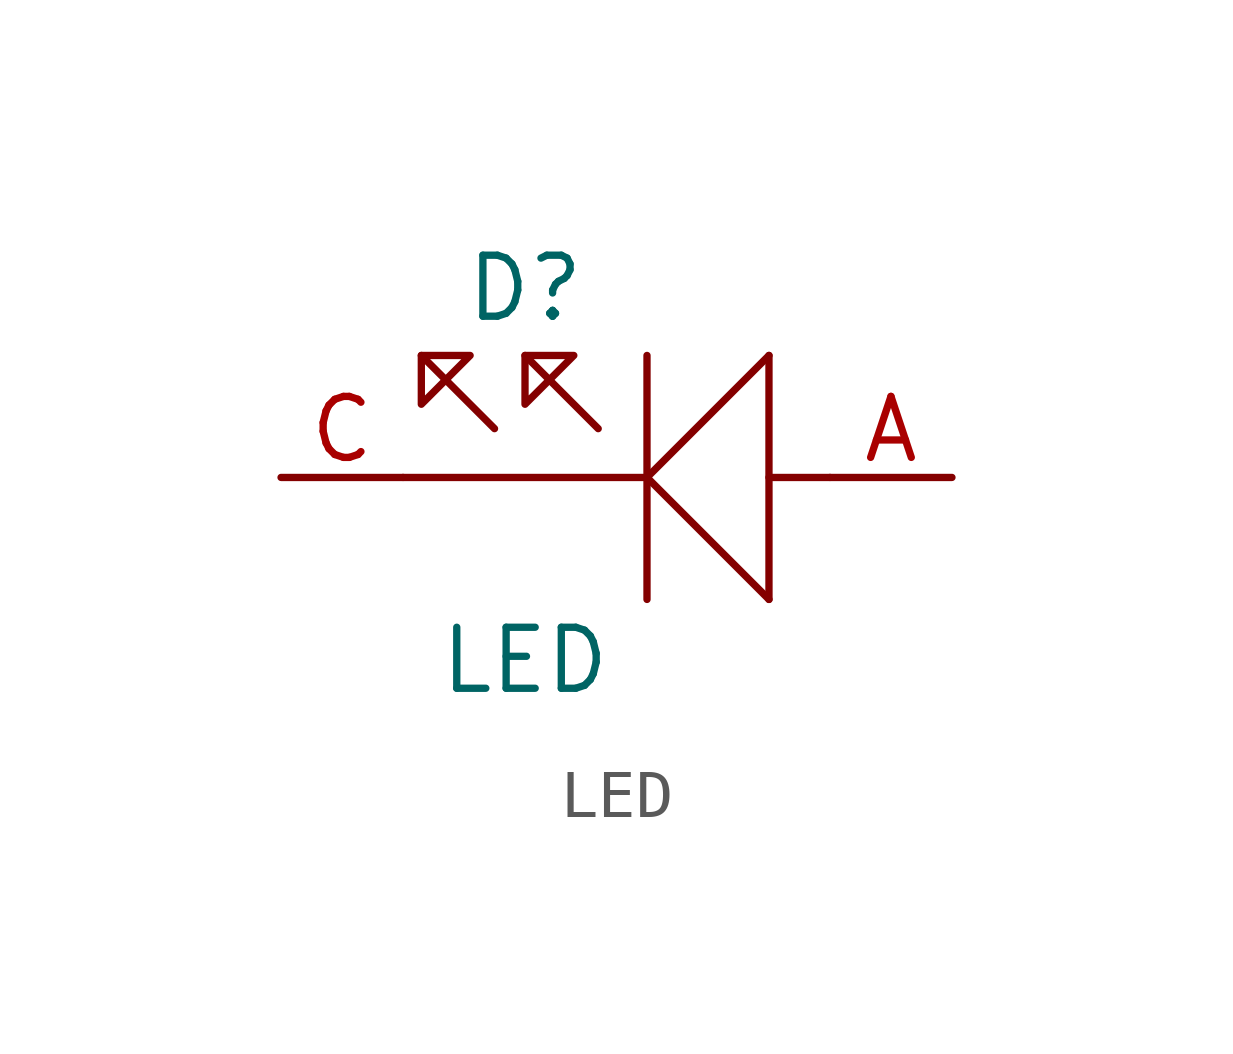
<source format=kicad_sym>
(kicad_symbol_lib
  (version 20220914)
  (generator kicad_symbol_editor)
  (symbol "LED"
    (pin_names hide)
    (property "Reference" "D"
      (at 0 3.937 0)
      (effects (font (size 1.27 1.27))))
    (property "Value" "LED"
      (at 0 -3.81 0)
      (effects (font (size 1.27 1.27))))
    (symbol "LED_0_1"
      (polyline (pts (xy -2.54 0) (xy 2.54 0)) (stroke (width 0) (type default)) (fill (type none)))
      (polyline (pts (xy -2.159 2.54) (xy -0.635 1.016)) (stroke (width 0) (type default)) (fill (type none)))
      (polyline (pts (xy 0 2.54) (xy 1.524 1.016)) (stroke (width 0) (type default)) (fill (type none)))
      (polyline (pts (xy 2.54 2.54) (xy 2.54 -2.54)) (stroke (width 0) (type default)) (fill (type none)))
      (polyline (pts (xy 5.08 2.54) (xy 5.08 -2.54)) (stroke (width 0) (type default)) (fill (type none)))
      (polyline (pts (xy 6.35 0) (xy 5.08 0)) (stroke (width 0) (type default)) (fill (type none)))
      (polyline (pts (xy 5.08 2.54) (xy 2.54 0) (xy 5.08 -2.54)) (stroke (width 0) (type default)) (fill (type none)))
      (polyline (pts (xy -2.159 2.54) (xy -1.143 2.54) (xy -2.159 1.524) (xy -2.159 2.54)) (stroke (width 0) (type default)) (fill (type none)))
      (polyline (pts (xy 0 2.54) (xy 1.016 2.54) (xy 0 1.524) (xy 0 2.54)) (stroke (width 0) (type default)) (fill (type none))))
    (symbol "LED_1_1"
      (pin passive line (at 8.89 0 180) (length 2.54) (name "Anode" (effects (font (size 1.27 1.27)))) (number "A" (effects (font (size 1.27 1.27)))))
      (pin passive line (at -5.08 0 0) (length 2.54) (name "Cathode" (effects (font (size 1.27 1.27)))) (number "C" (effects (font (size 1.27 1.27))))))))
</source>
